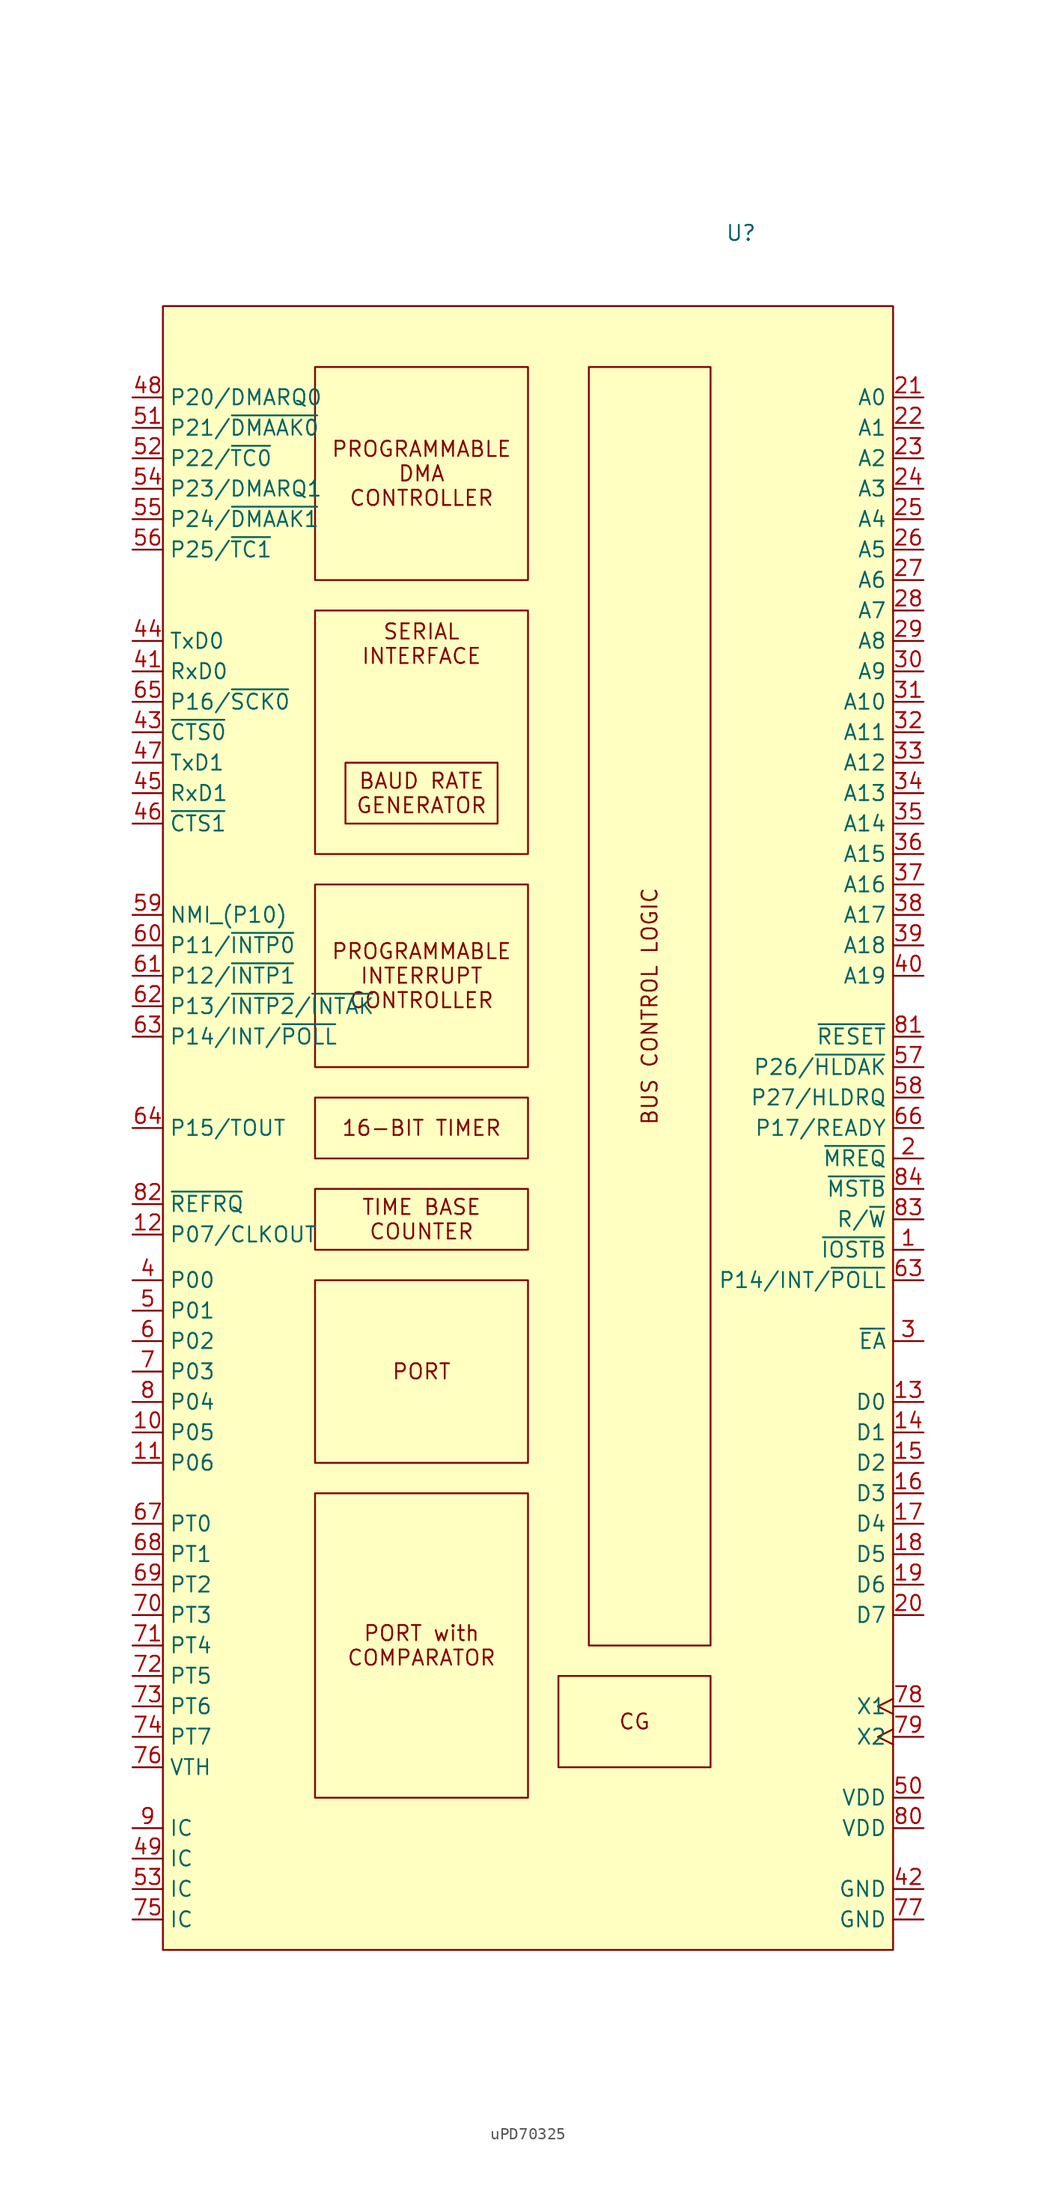
<source format=kicad_sym>
(kicad_symbol_lib
  (version 20241209)
  (generator "kicad_symbol_editor")
  (generator_version "9.0")
  (symbol "uPD70325"
    (property "Reference" "U"
      (at 17.78 74.676 0)
      (effects (font (size 1.27 1.27))))
    (property "Value" ""
      (at 0 0 0)
      (effects (font (size 1.27 1.27))))
    (symbol "uPD70325_0_0"
      (pin input line (at -33.02 60.96 0) (length 2.54) (name "P20/DMARQ0" (effects (font (size 1.27 1.27)))) (number "48" (effects (font (size 1.27 1.27)))))
      (pin output line (at -33.02 58.42 0) (length 2.54) (name "P21/~{DMAAK0}" (effects (font (size 1.27 1.27)))) (number "51" (effects (font (size 1.27 1.27)))))
      (pin output line (at -33.02 55.88 0) (length 2.54) (name "P22/~{TC0}" (effects (font (size 1.27 1.27)))) (number "52" (effects (font (size 1.27 1.27)))))
      (pin input line (at -33.02 53.34 0) (length 2.54) (name "P23/DMARQ1" (effects (font (size 1.27 1.27)))) (number "54" (effects (font (size 1.27 1.27)))))
      (pin output line (at -33.02 50.8 0) (length 2.54) (name "P24/~{DMAAK1}" (effects (font (size 1.27 1.27)))) (number "55" (effects (font (size 1.27 1.27)))))
      (pin output line (at -33.02 48.26 0) (length 2.54) (name "P25/~{TC1}" (effects (font (size 1.27 1.27)))) (number "56" (effects (font (size 1.27 1.27)))))
      (pin output line (at -33.02 40.64 0) (length 2.54) (name "TxD0" (effects (font (size 1.27 1.27)))) (number "44" (effects (font (size 1.27 1.27)))))
      (pin input line (at -33.02 38.1 0) (length 2.54) (name "RxD0" (effects (font (size 1.27 1.27)))) (number "41" (effects (font (size 1.27 1.27)))))
      (pin bidirectional line (at -33.02 33.02 0) (length 2.54) (name "~{CTS0}" (effects (font (size 1.27 1.27)))) (number "43" (effects (font (size 1.27 1.27)))))
      (pin output line (at -33.02 30.48 0) (length 2.54) (name "TxD1" (effects (font (size 1.27 1.27)))) (number "47" (effects (font (size 1.27 1.27)))))
      (pin input line (at -33.02 27.94 0) (length 2.54) (name "RxD1" (effects (font (size 1.27 1.27)))) (number "45" (effects (font (size 1.27 1.27)))))
      (pin bidirectional line (at -33.02 25.4 0) (length 2.54) (name "~{CTS1}" (effects (font (size 1.27 1.27)))) (number "46" (effects (font (size 1.27 1.27)))))
      (pin input line (at -33.02 17.78 0) (length 2.54) (name "NMI_(P10)" (effects (font (size 1.27 1.27)))) (number "59" (effects (font (size 1.27 1.27)))))
      (pin input line (at -33.02 15.24 0) (length 2.54) (name "P11/~{INTP0}" (effects (font (size 1.27 1.27)))) (number "60" (effects (font (size 1.27 1.27)))))
      (pin input line (at -33.02 12.7 0) (length 2.54) (name "P12/~{INTP1}" (effects (font (size 1.27 1.27)))) (number "61" (effects (font (size 1.27 1.27)))))
      (pin input line (at -33.02 10.16 0) (length 2.54) (name "P13/~{INTP2}/~{INTAK}" (effects (font (size 1.27 1.27)))) (number "62" (effects (font (size 1.27 1.27)))))
      (pin input line (at -33.02 7.62 0) (length 2.54) (name "P14/INT/~{POLL}" (effects (font (size 1.27 1.27)))) (number "63" (effects (font (size 1.27 1.27)))))
      (pin output line (at -33.02 0 0) (length 2.54) (name "P15/TOUT" (effects (font (size 1.27 1.27)))) (number "64" (effects (font (size 1.27 1.27)))))
      (pin output line (at -33.02 -6.35 0) (length 2.54) (name "~{REFRQ}" (effects (font (size 1.27 1.27)))) (number "82" (effects (font (size 1.27 1.27)))))
      (pin output line (at -33.02 -8.89 0) (length 2.54) (name "P07/CLKOUT" (effects (font (size 1.27 1.27)))) (number "12" (effects (font (size 1.27 1.27)))))
      (pin bidirectional line (at -33.02 -12.7 0) (length 2.54) (name "P00" (effects (font (size 1.27 1.27)))) (number "4" (effects (font (size 1.27 1.27)))))
      (pin bidirectional line (at -33.02 -15.24 0) (length 2.54) (name "P01" (effects (font (size 1.27 1.27)))) (number "5" (effects (font (size 1.27 1.27)))))
      (pin bidirectional line (at -33.02 -17.78 0) (length 2.54) (name "P02" (effects (font (size 1.27 1.27)))) (number "6" (effects (font (size 1.27 1.27)))))
      (pin bidirectional line (at -33.02 -20.32 0) (length 2.54) (name "P03" (effects (font (size 1.27 1.27)))) (number "7" (effects (font (size 1.27 1.27)))))
      (pin bidirectional line (at -33.02 -22.86 0) (length 2.54) (name "P04" (effects (font (size 1.27 1.27)))) (number "8" (effects (font (size 1.27 1.27)))))
      (pin bidirectional line (at -33.02 -25.4 0) (length 2.54) (name "P05" (effects (font (size 1.27 1.27)))) (number "10" (effects (font (size 1.27 1.27)))))
      (pin bidirectional line (at -33.02 -27.94 0) (length 2.54) (name "P06" (effects (font (size 1.27 1.27)))) (number "11" (effects (font (size 1.27 1.27)))))
      (pin input line (at -33.02 -33.02 0) (length 2.54) (name "PT0" (effects (font (size 1.27 1.27)))) (number "67" (effects (font (size 1.27 1.27)))))
      (pin input line (at -33.02 -35.56 0) (length 2.54) (name "PT1" (effects (font (size 1.27 1.27)))) (number "68" (effects (font (size 1.27 1.27)))))
      (pin input line (at -33.02 -38.1 0) (length 2.54) (name "PT2" (effects (font (size 1.27 1.27)))) (number "69" (effects (font (size 1.27 1.27)))))
      (pin input line (at -33.02 -40.64 0) (length 2.54) (name "PT3" (effects (font (size 1.27 1.27)))) (number "70" (effects (font (size 1.27 1.27)))))
      (pin input line (at -33.02 -43.18 0) (length 2.54) (name "PT4" (effects (font (size 1.27 1.27)))) (number "71" (effects (font (size 1.27 1.27)))))
      (pin input line (at -33.02 -45.72 0) (length 2.54) (name "PT5" (effects (font (size 1.27 1.27)))) (number "72" (effects (font (size 1.27 1.27)))))
      (pin input line (at -33.02 -48.26 0) (length 2.54) (name "PT6" (effects (font (size 1.27 1.27)))) (number "73" (effects (font (size 1.27 1.27)))))
      (pin input line (at -33.02 -50.8 0) (length 2.54) (name "PT7" (effects (font (size 1.27 1.27)))) (number "74" (effects (font (size 1.27 1.27)))))
      (pin unspecified line (at -33.02 -58.42 0) (length 2.54) (name "IC" (effects (font (size 1.27 1.27)))) (number "9" (effects (font (size 1.27 1.27)))))
      (pin unspecified line (at -33.02 -60.96 0) (length 2.54) (name "IC" (effects (font (size 1.27 1.27)))) (number "49" (effects (font (size 1.27 1.27)))))
      (pin unspecified line (at -33.02 -63.5 0) (length 2.54) (name "IC" (effects (font (size 1.27 1.27)))) (number "53" (effects (font (size 1.27 1.27)))))
      (pin unspecified line (at -33.02 -66.04 0) (length 2.54) (name "IC" (effects (font (size 1.27 1.27)))) (number "75" (effects (font (size 1.27 1.27)))))
      (pin output line (at 33.02 60.96 180) (length 2.54) (name "A0" (effects (font (size 1.27 1.27)))) (number "21" (effects (font (size 1.27 1.27)))))
      (pin output line (at 33.02 58.42 180) (length 2.54) (name "A1" (effects (font (size 1.27 1.27)))) (number "22" (effects (font (size 1.27 1.27)))))
      (pin output line (at 33.02 55.88 180) (length 2.54) (name "A2" (effects (font (size 1.27 1.27)))) (number "23" (effects (font (size 1.27 1.27)))))
      (pin output line (at 33.02 53.34 180) (length 2.54) (name "A3" (effects (font (size 1.27 1.27)))) (number "24" (effects (font (size 1.27 1.27)))))
      (pin output line (at 33.02 50.8 180) (length 2.54) (name "A4" (effects (font (size 1.27 1.27)))) (number "25" (effects (font (size 1.27 1.27)))))
      (pin output line (at 33.02 48.26 180) (length 2.54) (name "A5" (effects (font (size 1.27 1.27)))) (number "26" (effects (font (size 1.27 1.27)))))
      (pin output line (at 33.02 45.72 180) (length 2.54) (name "A6" (effects (font (size 1.27 1.27)))) (number "27" (effects (font (size 1.27 1.27)))))
      (pin output line (at 33.02 43.18 180) (length 2.54) (name "A7" (effects (font (size 1.27 1.27)))) (number "28" (effects (font (size 1.27 1.27)))))
      (pin output line (at 33.02 40.64 180) (length 2.54) (name "A8" (effects (font (size 1.27 1.27)))) (number "29" (effects (font (size 1.27 1.27)))))
      (pin output line (at 33.02 38.1 180) (length 2.54) (name "A9" (effects (font (size 1.27 1.27)))) (number "30" (effects (font (size 1.27 1.27)))))
      (pin output line (at 33.02 35.56 180) (length 2.54) (name "A10" (effects (font (size 1.27 1.27)))) (number "31" (effects (font (size 1.27 1.27)))))
      (pin output line (at 33.02 33.02 180) (length 2.54) (name "A11" (effects (font (size 1.27 1.27)))) (number "32" (effects (font (size 1.27 1.27)))))
      (pin output line (at 33.02 30.48 180) (length 2.54) (name "A12" (effects (font (size 1.27 1.27)))) (number "33" (effects (font (size 1.27 1.27)))))
      (pin output line (at 33.02 27.94 180) (length 2.54) (name "A13" (effects (font (size 1.27 1.27)))) (number "34" (effects (font (size 1.27 1.27)))))
      (pin output line (at 33.02 25.4 180) (length 2.54) (name "A14" (effects (font (size 1.27 1.27)))) (number "35" (effects (font (size 1.27 1.27)))))
      (pin output line (at 33.02 22.86 180) (length 2.54) (name "A15" (effects (font (size 1.27 1.27)))) (number "36" (effects (font (size 1.27 1.27)))))
      (pin output line (at 33.02 20.32 180) (length 2.54) (name "A16" (effects (font (size 1.27 1.27)))) (number "37" (effects (font (size 1.27 1.27)))))
      (pin output line (at 33.02 17.78 180) (length 2.54) (name "A17" (effects (font (size 1.27 1.27)))) (number "38" (effects (font (size 1.27 1.27)))))
      (pin output line (at 33.02 15.24 180) (length 2.54) (name "A18" (effects (font (size 1.27 1.27)))) (number "39" (effects (font (size 1.27 1.27)))))
      (pin output line (at 33.02 12.7 180) (length 2.54) (name "A19" (effects (font (size 1.27 1.27)))) (number "40" (effects (font (size 1.27 1.27)))))
      (pin input line (at 33.02 7.62 180) (length 2.54) (name "~{RESET}" (effects (font (size 1.27 1.27)))) (number "81" (effects (font (size 1.27 1.27)))))
      (pin output line (at 33.02 5.08 180) (length 2.54) (name "P26/~{HLDAK}" (effects (font (size 1.27 1.27)))) (number "57" (effects (font (size 1.27 1.27)))))
      (pin input line (at 33.02 2.54 180) (length 2.54) (name "P27/HLDRQ" (effects (font (size 1.27 1.27)))) (number "58" (effects (font (size 1.27 1.27)))))
      (pin output line (at 33.02 -2.54 180) (length 2.54) (name "~{MREQ}" (effects (font (size 1.27 1.27)))) (number "2" (effects (font (size 1.27 1.27)))))
      (pin output line (at 33.02 -5.08 180) (length 2.54) (name "~{MSTB}" (effects (font (size 1.27 1.27)))) (number "84" (effects (font (size 1.27 1.27)))))
      (pin output line (at 33.02 -7.62 180) (length 2.54) (name "R/~{W}" (effects (font (size 1.27 1.27)))) (number "83" (effects (font (size 1.27 1.27)))))
      (pin output line (at 33.02 -10.16 180) (length 2.54) (name "~{IOSTB}" (effects (font (size 1.27 1.27)))) (number "1" (effects (font (size 1.27 1.27)))))
      (pin input line (at 33.02 -12.7 180) (length 2.54) (name "P14/INT/~{POLL}" (effects (font (size 1.27 1.27)))) (number "63" (effects (font (size 1.27 1.27)))))
      (pin input line (at 33.02 -17.78 180) (length 2.54) (name "~{EA}" (effects (font (size 1.27 1.27)))) (number "3" (effects (font (size 1.27 1.27)))))
      (pin bidirectional line (at 33.02 -22.86 180) (length 2.54) (name "D0" (effects (font (size 1.27 1.27)))) (number "13" (effects (font (size 1.27 1.27)))))
      (pin bidirectional line (at 33.02 -25.4 180) (length 2.54) (name "D1" (effects (font (size 1.27 1.27)))) (number "14" (effects (font (size 1.27 1.27)))))
      (pin bidirectional line (at 33.02 -27.94 180) (length 2.54) (name "D2" (effects (font (size 1.27 1.27)))) (number "15" (effects (font (size 1.27 1.27)))))
      (pin bidirectional line (at 33.02 -30.48 180) (length 2.54) (name "D3" (effects (font (size 1.27 1.27)))) (number "16" (effects (font (size 1.27 1.27)))))
      (pin bidirectional line (at 33.02 -33.02 180) (length 2.54) (name "D4" (effects (font (size 1.27 1.27)))) (number "17" (effects (font (size 1.27 1.27)))))
      (pin bidirectional line (at 33.02 -35.56 180) (length 2.54) (name "D5" (effects (font (size 1.27 1.27)))) (number "18" (effects (font (size 1.27 1.27)))))
      (pin bidirectional line (at 33.02 -38.1 180) (length 2.54) (name "D6" (effects (font (size 1.27 1.27)))) (number "19" (effects (font (size 1.27 1.27)))))
      (pin bidirectional line (at 33.02 -40.64 180) (length 2.54) (name "D7" (effects (font (size 1.27 1.27)))) (number "20" (effects (font (size 1.27 1.27)))))
      (pin unspecified clock (at 33.02 -48.26 180) (length 2.54) (name "X1" (effects (font (size 1.27 1.27)))) (number "78" (effects (font (size 1.27 1.27)))))
      (pin unspecified clock (at 33.02 -50.8 180) (length 2.54) (name "X2" (effects (font (size 1.27 1.27)))) (number "79" (effects (font (size 1.27 1.27)))))
      (pin power_in line (at 33.02 -55.88 180) (length 2.54) (name "VDD" (effects (font (size 1.27 1.27)))) (number "50" (effects (font (size 1.27 1.27)))))
      (pin unspecified line (at 33.02 -58.42 180) (length 2.54) (name "VDD" (effects (font (size 1.27 1.27)))) (number "80" (effects (font (size 1.27 1.27)))))
      (pin power_in line (at 33.02 -63.5 180) (length 2.54) (name "GND" (effects (font (size 1.27 1.27)))) (number "42" (effects (font (size 1.27 1.27)))))
      (pin power_in line (at 33.02 -66.04 180) (length 2.54) (name "GND" (effects (font (size 1.27 1.27)))) (number "77" (effects (font (size 1.27 1.27))))))
    (symbol "uPD70325_1_0"
      (pin bidirectional line (at -33.02 35.56 0) (length 2.54) (name "P16/~{SCK0}" (effects (font (size 1.27 1.27)))) (number "65" (effects (font (size 1.27 1.27)))))
      (pin input line (at -33.02 -53.34 0) (length 2.54) (name "VTH" (effects (font (size 1.27 1.27)))) (number "76" (effects (font (size 1.27 1.27)))))
      (pin input line (at 33.02 0 180) (length 2.54) (name "P17/READY" (effects (font (size 1.27 1.27)))) (number "66" (effects (font (size 1.27 1.27))))))
    (symbol "uPD70325_1_1"
      (rectangle (start -30.48 68.58) (end 30.48 -68.58) (stroke (width 0) (type solid)) (fill (type background)))
      (text_box "PROGRAMMABLE\nDMA\nCONTROLLER" (at -17.78 63.5 0) (size 17.78 -17.78) (margins 1.016 1.016 1.016 1.016) (stroke (width 0) (type solid)) (fill (type none)) (effects (font (size 1.27 1.27))))
      (text_box "SERIAL\nINTERFACE" (at -17.78 43.18 0) (size 17.78 -20.32) (margins 1.016 1.016 1.016 1.016) (stroke (width 0) (type solid)) (fill (type none)) (effects (font (size 1.27 1.27)) (justify top)))
      (text_box "PROGRAMMABLE\nINTERRUPT\nCONTROLLER" (at -17.78 20.32 0) (size 17.78 -15.24) (margins 1.016 1.016 1.016 1.016) (stroke (width 0) (type solid)) (fill (type none)) (effects (font (size 1.27 1.27))))
      (text_box "16-BIT TIMER" (at -17.78 2.54 0) (size 17.78 -5.08) (margins 1.016 1.016 1.016 1.016) (stroke (width 0) (type solid)) (fill (type none)) (effects (font (size 1.27 1.27))))
      (text_box "TIME BASE\nCOUNTER" (at -17.78 -5.08 0) (size 17.78 -5.08) (margins 1.016 1.016 1.016 1.016) (stroke (width 0) (type solid)) (fill (type none)) (effects (font (size 1.27 1.27))))
      (text_box "PORT" (at -17.78 -12.7 0) (size 17.78 -15.24) (margins 1.016 1.016 1.016 1.016) (stroke (width 0) (type solid)) (fill (type none)) (effects (font (size 1.27 1.27))))
      (text_box "PORT with\nCOMPARATOR" (at -17.78 -30.48 0) (size 17.78 -25.4) (margins 1.016 1.016 1.016 1.016) (stroke (width 0) (type solid)) (fill (type none)) (effects (font (size 1.27 1.27))))
      (text_box "BAUD RATE\nGENERATOR" (at -15.24 30.48 0) (size 12.7 -5.08) (margins 1.016 1.016 1.016 1.016) (stroke (width 0) (type solid)) (fill (type none)) (effects (font (size 1.27 1.27))))
      (text_box "CG" (at 2.54 -45.72 0) (size 12.7 -7.62) (margins 1.016 1.016 1.016 1.016) (stroke (width 0) (type solid)) (fill (type none)) (effects (font (size 1.27 1.27))))
      (text_box "BUS CONTROL LOGIC" (at 5.08 63.5 90) (size 10.16 -106.68) (margins 1.016 1.016 1.016 1.016) (stroke (width 0) (type solid)) (fill (type none)) (effects (font (size 1.27 1.27)))))))
</source>
